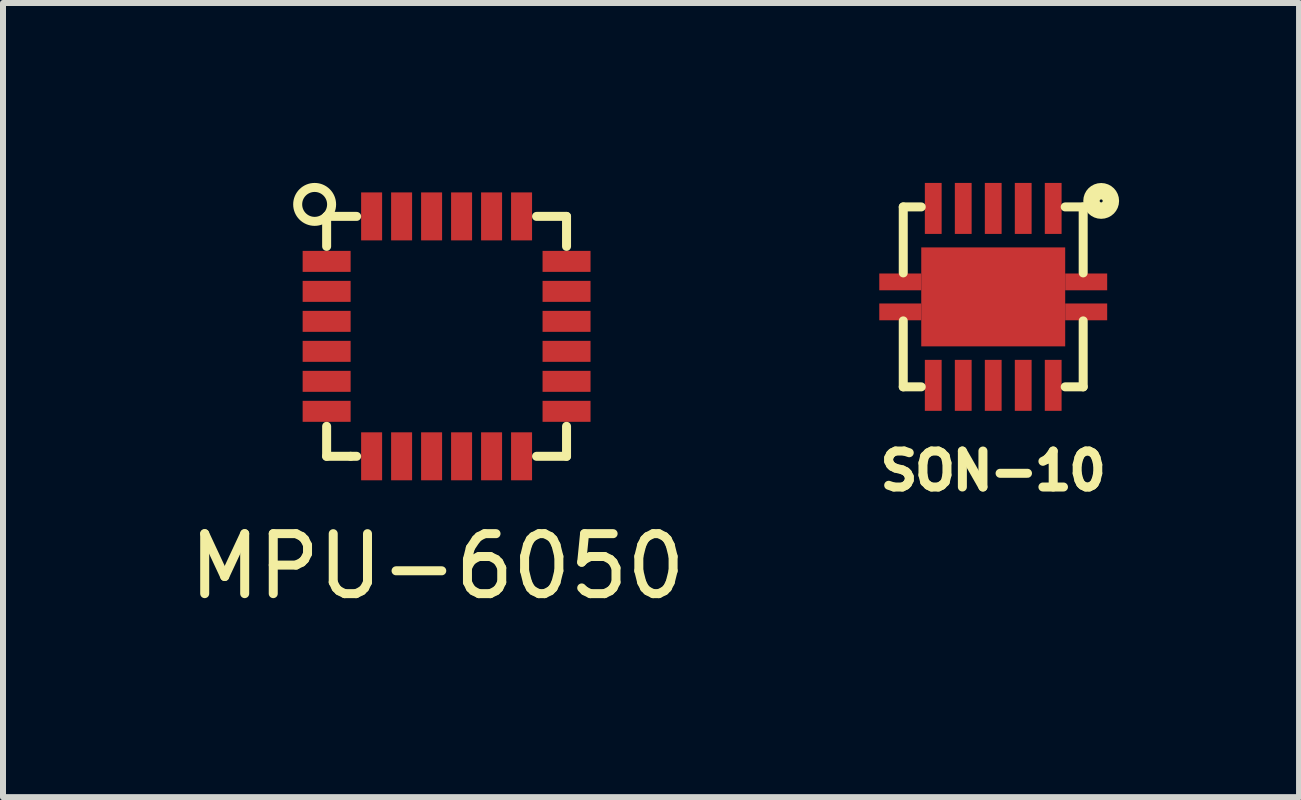
<source format=kicad_pcb>
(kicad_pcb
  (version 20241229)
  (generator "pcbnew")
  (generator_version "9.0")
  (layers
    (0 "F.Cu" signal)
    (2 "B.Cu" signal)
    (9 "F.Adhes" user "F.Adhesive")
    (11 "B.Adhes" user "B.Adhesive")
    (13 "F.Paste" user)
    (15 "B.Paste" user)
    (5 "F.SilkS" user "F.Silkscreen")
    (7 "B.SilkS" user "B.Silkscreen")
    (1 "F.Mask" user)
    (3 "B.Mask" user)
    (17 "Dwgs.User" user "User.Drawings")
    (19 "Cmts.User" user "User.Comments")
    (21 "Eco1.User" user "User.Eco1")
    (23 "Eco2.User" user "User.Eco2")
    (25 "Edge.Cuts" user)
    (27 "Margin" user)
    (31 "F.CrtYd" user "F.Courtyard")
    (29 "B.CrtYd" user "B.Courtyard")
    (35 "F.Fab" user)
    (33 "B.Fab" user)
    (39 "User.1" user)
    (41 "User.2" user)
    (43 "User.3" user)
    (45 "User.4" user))
  (footprint "MPU-6050"
    (layer "F.Cu")
    (at 4.396 2.558)
    (property "Reference" "MPU-6050" (at -0.152 3.835 0) (layer "F.SilkS") (effects (font (size 1 1) (thickness 0.15))))
    (attr through_hole)
    (fp_line (start -2 -2) (end -2 -1.5) (stroke (width 0.15) (type solid)) (layer "F.SilkS"))
    (fp_line (start -2 -2) (end -1.5 -2) (stroke (width 0.15) (type solid)) (layer "F.SilkS"))
    (fp_line (start -2 1.5) (end -2 2) (stroke (width 0.15) (type solid)) (layer "F.SilkS"))
    (fp_line (start -2 2) (end -1.6 2) (stroke (width 0.15) (type solid)) (layer "F.SilkS"))
    (fp_line (start -1.6 2) (end -1.5 2) (stroke (width 0.15) (type solid)) (layer "F.SilkS"))
    (fp_line (start 1.5 2) (end 2 2) (stroke (width 0.15) (type solid)) (layer "F.SilkS"))
    (fp_line (start 2 -2) (end 1.5 -2) (stroke (width 0.15) (type solid)) (layer "F.SilkS"))
    (fp_line (start 2 -1.5) (end 2 -2) (stroke (width 0.15) (type solid)) (layer "F.SilkS"))
    (fp_line (start 2 2) (end 2 1.5) (stroke (width 0.15) (type solid)) (layer "F.SilkS"))
    (fp_circle (center -2.2 -2.2) (end -2 -2) (stroke (width 0.15) (type solid)) (fill no) (layer "F.SilkS"))
    (pad "1" smd rect (at -2 -1.25) (size 0.8 0.35) (layers "F.Cu" "F.Mask" "F.Paste"))
    (pad "2" smd rect (at -2 -0.75) (size 0.8 0.35) (layers "F.Cu" "F.Mask" "F.Paste"))
    (pad "3" smd rect (at -2 -0.25) (size 0.8 0.35) (layers "F.Cu" "F.Mask" "F.Paste"))
    (pad "4" smd rect (at -2 0.25) (size 0.8 0.35) (layers "F.Cu" "F.Mask" "F.Paste"))
    (pad "5" smd rect (at -2 0.75) (size 0.8 0.35) (layers "F.Cu" "F.Mask" "F.Paste"))
    (pad "6" smd rect (at -2 1.25) (size 0.8 0.35) (layers "F.Cu" "F.Mask" "F.Paste"))
    (pad "7" smd rect (at -1.25 2) (size 0.35 0.8) (layers "F.Cu" "F.Mask" "F.Paste"))
    (pad "8" smd rect (at -0.75 2) (size 0.35 0.8) (layers "F.Cu" "F.Mask" "F.Paste"))
    (pad "9" smd rect (at -0.25 2) (size 0.35 0.8) (layers "F.Cu" "F.Mask" "F.Paste"))
    (pad "10" smd rect (at 0.25 2) (size 0.35 0.8) (layers "F.Cu" "F.Mask" "F.Paste"))
    (pad "11" smd rect (at 0.75 2) (size 0.35 0.8) (layers "F.Cu" "F.Mask" "F.Paste"))
    (pad "12" smd rect (at 1.25 2) (size 0.35 0.8) (layers "F.Cu" "F.Mask" "F.Paste"))
    (pad "13" smd rect (at 2 1.25) (size 0.8 0.35) (layers "F.Cu" "F.Mask" "F.Paste"))
    (pad "14" smd rect (at 2 0.75) (size 0.8 0.35) (layers "F.Cu" "F.Mask" "F.Paste"))
    (pad "15" smd rect (at 2 0.25) (size 0.8 0.35) (layers "F.Cu" "F.Mask" "F.Paste"))
    (pad "16" smd rect (at 2 -0.25) (size 0.8 0.35) (layers "F.Cu" "F.Mask" "F.Paste"))
    (pad "17" smd rect (at 2 -0.75) (size 0.8 0.35) (layers "F.Cu" "F.Mask" "F.Paste"))
    (pad "18" smd rect (at 2 -1.25) (size 0.8 0.35) (layers "F.Cu" "F.Mask" "F.Paste"))
    (pad "19" smd rect (at 1.25 -2) (size 0.35 0.8) (layers "F.Cu" "F.Mask" "F.Paste"))
    (pad "20" smd rect (at 0.75 -2) (size 0.35 0.8) (layers "F.Cu" "F.Mask" "F.Paste"))
    (pad "21" smd rect (at 0.25 -2) (size 0.35 0.8) (layers "F.Cu" "F.Mask" "F.Paste"))
    (pad "22" smd rect (at -0.25 -2) (size 0.35 0.8) (layers "F.Cu" "F.Mask" "F.Paste"))
    (pad "23" smd rect (at -0.75 -2) (size 0.35 0.8) (layers "F.Cu" "F.Mask" "F.Paste"))
    (pad "24" smd rect (at -1.25 -2) (size 0.35 0.8) (layers "F.Cu" "F.Mask" "F.Paste")))
  (footprint "SON-10"
    (layer "F.Cu")
    (at 13.51 1.9)
    (property "Reference" "SON-10" (at 0 2.9 0) (layer "F.SilkS") (effects (font (size 0.6 0.6) (thickness 0.15))))
    (attr through_hole)
    (fp_line (start -1.5 -1.5) (end -1.2 -1.5) (stroke (width 0.15) (type solid)) (layer "F.SilkS"))
    (fp_line (start -1.5 -0.4) (end -1.5 -1.5) (stroke (width 0.15) (type solid)) (layer "F.SilkS"))
    (fp_line (start -1.5 1.5) (end -1.5 0.4) (stroke (width 0.15) (type solid)) (layer "F.SilkS"))
    (fp_line (start -1.5 1.5) (end -1.2 1.5) (stroke (width 0.15) (type solid)) (layer "F.SilkS"))
    (fp_line (start 1.2 -1.5) (end 1.5 -1.5) (stroke (width 0.15) (type solid)) (layer "F.SilkS"))
    (fp_line (start 1.5 -1.5) (end 1.5 -0.4) (stroke (width 0.15) (type solid)) (layer "F.SilkS"))
    (fp_line (start 1.5 0.4) (end 1.5 1.5) (stroke (width 0.15) (type solid)) (layer "F.SilkS"))
    (fp_line (start 1.5 1.5) (end 1.2 1.5) (stroke (width 0.15) (type solid)) (layer "F.SilkS"))
    (fp_circle (center 1.8 -1.6) (end 1.6 -1.7) (stroke (width 0.15) (type solid)) (fill no) (layer "F.SilkS"))
    (fp_circle (center 1.8 -1.6) (end 1.8 -1.7) (stroke (width 0.15) (type solid)) (fill no) (layer "F.SilkS"))
    (pad "1" smd rect (at 1 -1.475) (size 0.28 0.85) (layers "F.Cu" "F.Mask" "F.Paste"))
    (pad "2" smd rect (at 0.5 -1.475) (size 0.28 0.85) (layers "F.Cu" "F.Mask" "F.Paste"))
    (pad "3" smd rect (at 0 -1.475) (size 0.28 0.85) (layers "F.Cu" "F.Mask" "F.Paste"))
    (pad "4" smd rect (at -1.55 -0.25) (size 0.7 0.28) (layers "F.Cu" "F.Mask" "F.Paste"))
    (pad "4" smd rect (at -1.55 0.25) (size 0.7 0.28) (layers "F.Cu" "F.Mask" "F.Paste"))
    (pad "4" smd rect (at -0.5 -1.475) (size 0.28 0.85) (layers "F.Cu" "F.Mask" "F.Paste"))
    (pad "4" smd rect (at 0 0) (size 2.4 1.65) (layers "F.Cu" "F.Mask" "F.Paste"))
    (pad "4" smd rect (at 1.55 -0.25) (size 0.7 0.28) (layers "F.Cu" "F.Mask" "F.Paste"))
    (pad "4" smd rect (at 1.55 0.25) (size 0.7 0.28) (layers "F.Cu" "F.Mask" "F.Paste"))
    (pad "5" smd rect (at -1 -1.475) (size 0.28 0.85) (layers "F.Cu" "F.Mask" "F.Paste"))
    (pad "6" smd rect (at -1 1.475) (size 0.28 0.85) (layers "F.Cu" "F.Mask" "F.Paste"))
    (pad "7" smd rect (at -0.5 1.475) (size 0.28 0.85) (layers "F.Cu" "F.Mask" "F.Paste"))
    (pad "8" smd rect (at 0 1.475) (size 0.28 0.85) (layers "F.Cu" "F.Mask" "F.Paste"))
    (pad "9" smd rect (at 0.5 1.475) (size 0.28 0.85) (layers "F.Cu" "F.Mask" "F.Paste"))
    (pad "10" smd rect (at 1 1.475) (size 0.28 0.85) (layers "F.Cu" "F.Mask" "F.Paste")))
  (gr_rect
    (start -3 -3)
    (end 18.609 10.241)
    (stroke (width 0.1) (type default))
    (fill no)
    (layer "Edge.Cuts")))
</source>
